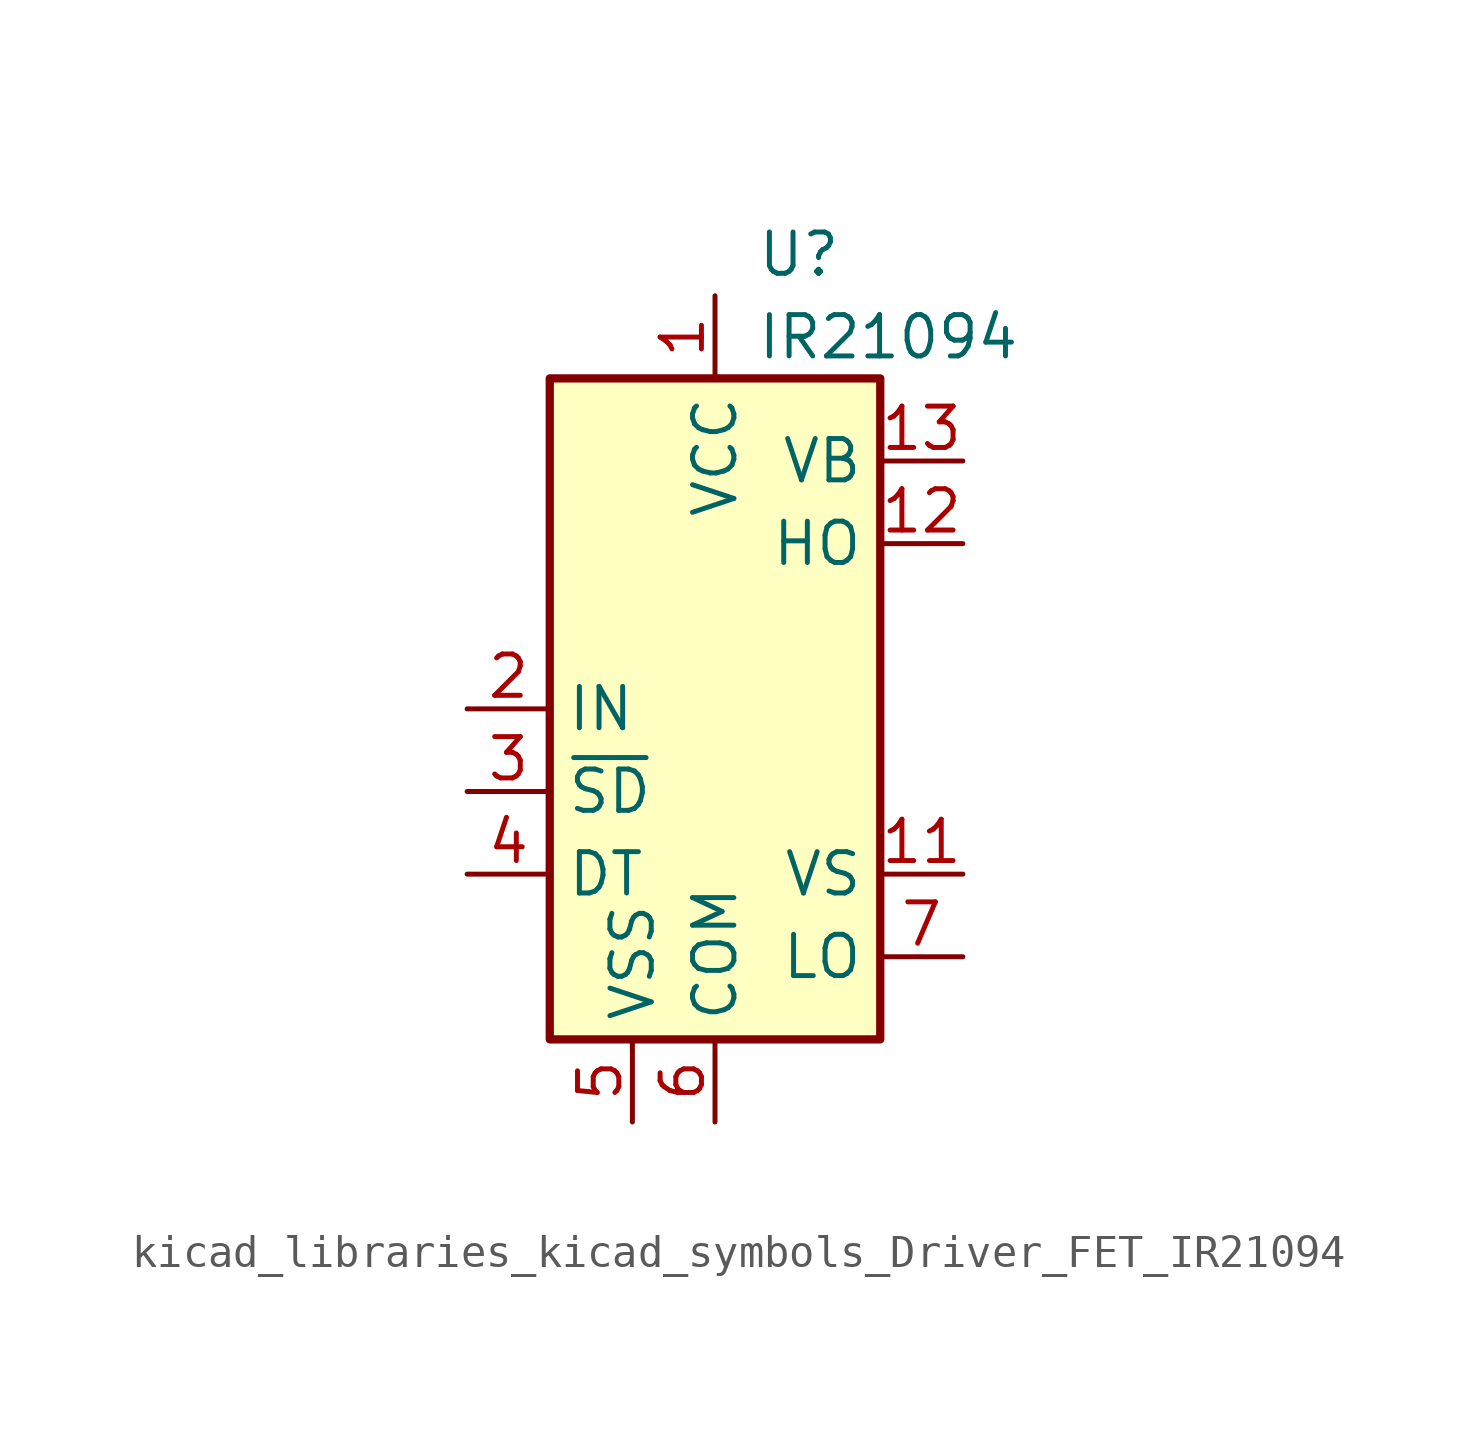
<source format=kicad_sym>
(kicad_symbol_lib
  (version 20220914)
  (generator kicad_symbol_editor)
  (symbol "kicad_libraries_kicad_symbols_Driver_FET_IR21094"
    (property "Reference" "U"
      (at 1.27 13.97 0)
      (effects (font (size 1.27 1.27)) (justify left)))
    (property "Value" "IR21094"
      (at 1.27 11.43 0)
      (effects (font (size 1.27 1.27)) (justify left)))
    (symbol "kicad_libraries_kicad_symbols_Driver_FET_IR21094_0_1"
      (rectangle (start -5.08 -10.16) (end 5.08 10.16) (stroke (width 0.254) (type default)) (fill (type background))))
    (symbol "kicad_libraries_kicad_symbols_Driver_FET_IR21094_1_1"
      (pin power_in line (at 0 12.7 270) (length 2.54) (name "VCC" (effects (font (size 1.27 1.27)))) (number "1" (effects (font (size 1.27 1.27)))))
      (pin no_connect line (at -5.08 2.54 0) (length 2.54) hide (name "NC" (effects (font (size 1.27 1.27)))) (number "10" (effects (font (size 1.27 1.27)))))
      (pin passive line (at 7.62 -5.08 180) (length 2.54) (name "VS" (effects (font (size 1.27 1.27)))) (number "11" (effects (font (size 1.27 1.27)))))
      (pin output line (at 7.62 5.08 180) (length 2.54) (name "HO" (effects (font (size 1.27 1.27)))) (number "12" (effects (font (size 1.27 1.27)))))
      (pin passive line (at 7.62 7.62 180) (length 2.54) (name "VB" (effects (font (size 1.27 1.27)))) (number "13" (effects (font (size 1.27 1.27)))))
      (pin no_connect line (at 5.08 2.54 180) (length 2.54) hide (name "NC" (effects (font (size 1.27 1.27)))) (number "14" (effects (font (size 1.27 1.27)))))
      (pin input line (at -7.62 0 0) (length 2.54) (name "IN" (effects (font (size 1.27 1.27)))) (number "2" (effects (font (size 1.27 1.27)))))
      (pin input line (at -7.62 -2.54 0) (length 2.54) (name "~{SD}" (effects (font (size 1.27 1.27)))) (number "3" (effects (font (size 1.27 1.27)))))
      (pin input line (at -7.62 -5.08 0) (length 2.54) (name "DT" (effects (font (size 1.27 1.27)))) (number "4" (effects (font (size 1.27 1.27)))))
      (pin power_in line (at -2.54 -12.7 90) (length 2.54) (name "VSS" (effects (font (size 1.27 1.27)))) (number "5" (effects (font (size 1.27 1.27)))))
      (pin power_in line (at 0 -12.7 90) (length 2.54) (name "COM" (effects (font (size 1.27 1.27)))) (number "6" (effects (font (size 1.27 1.27)))))
      (pin output line (at 7.62 -7.62 180) (length 2.54) (name "LO" (effects (font (size 1.27 1.27)))) (number "7" (effects (font (size 1.27 1.27)))))
      (pin no_connect line (at -5.08 7.62 0) (length 2.54) hide (name "NC" (effects (font (size 1.27 1.27)))) (number "8" (effects (font (size 1.27 1.27)))))
      (pin no_connect line (at -5.08 5.08 0) (length 2.54) hide (name "NC" (effects (font (size 1.27 1.27)))) (number "9" (effects (font (size 1.27 1.27))))))))
</source>
